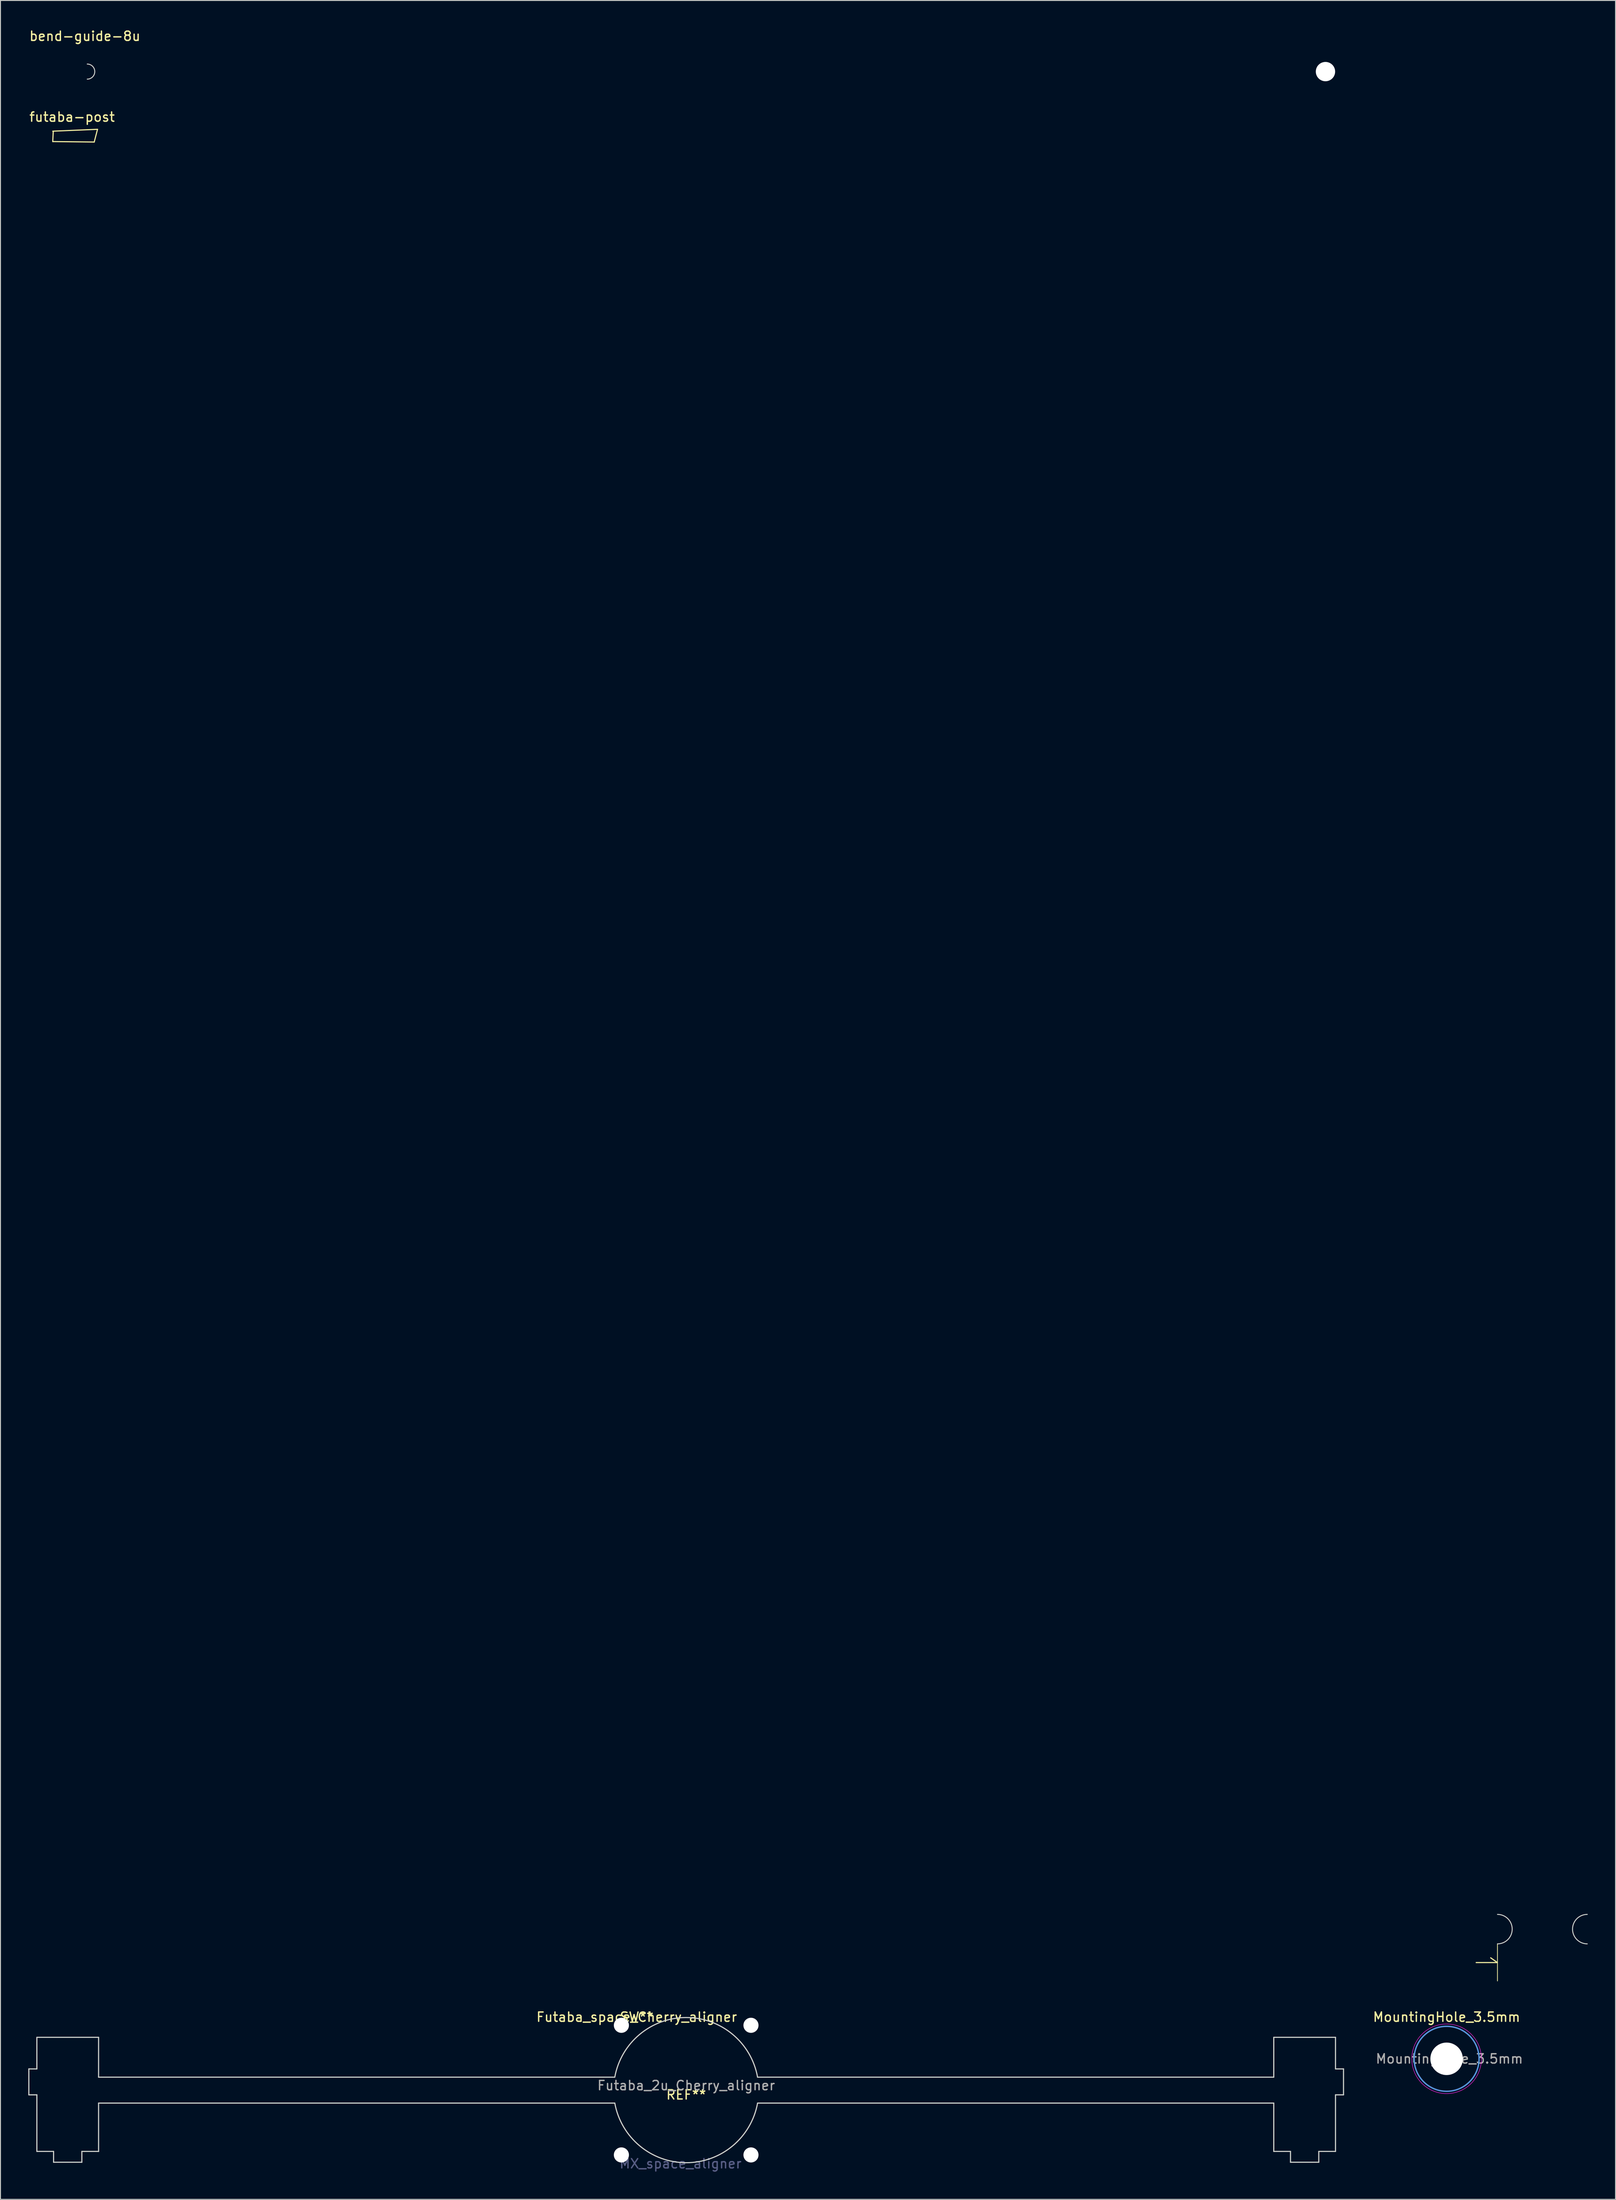
<source format=kicad_pcb>
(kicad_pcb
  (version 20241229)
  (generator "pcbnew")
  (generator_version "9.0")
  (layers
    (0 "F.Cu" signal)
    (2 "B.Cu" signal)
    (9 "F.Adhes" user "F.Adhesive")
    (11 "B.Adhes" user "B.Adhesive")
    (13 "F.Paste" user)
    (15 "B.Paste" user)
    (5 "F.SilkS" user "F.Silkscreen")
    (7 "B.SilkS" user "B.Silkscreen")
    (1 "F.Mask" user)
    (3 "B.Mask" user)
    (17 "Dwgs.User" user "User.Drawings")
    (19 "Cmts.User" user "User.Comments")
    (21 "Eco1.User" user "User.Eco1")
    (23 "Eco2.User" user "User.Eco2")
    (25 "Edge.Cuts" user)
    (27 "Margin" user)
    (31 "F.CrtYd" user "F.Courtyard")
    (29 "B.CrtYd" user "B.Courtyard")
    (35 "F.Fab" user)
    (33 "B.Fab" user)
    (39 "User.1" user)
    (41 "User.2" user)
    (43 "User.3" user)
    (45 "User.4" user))
  (footprint "Futaba_space_Cherry_aligner"
    (layer "F.Cu")
    (at 70.926 222.205)
    (property "Reference" "Futaba_space_Cherry_aligner" (at -5.334 -7.874 0) (layer "F.SilkS") (effects (font (size 1 1) (thickness 0.15))))
    (attr through_hole)
    (fp_line (start -70.866 -2.286) (end -70.002 -2.286) (stroke (width 0.12) (type solid)) (layer "Edge.Cuts"))
    (fp_line (start -70.866 0.508) (end -70.866 -2.286) (stroke (width 0.12) (type solid)) (layer "Edge.Cuts"))
    (fp_line (start -70.002 -5.69) (end -63.348 -5.69) (stroke (width 0.12) (type solid)) (layer "Edge.Cuts"))
    (fp_line (start -70.002 -2.286) (end -70.002 -5.69) (stroke (width 0.12) (type solid)) (layer "Edge.Cuts"))
    (fp_line (start -70.002 0.508) (end -70.866 0.508) (stroke (width 0.12) (type solid)) (layer "Edge.Cuts"))
    (fp_line (start -70.002 6.604) (end -70.002 0.508) (stroke (width 0.12) (type solid)) (layer "Edge.Cuts"))
    (fp_line (start -68.199 6.604) (end -70.002 6.604) (stroke (width 0.12) (type solid)) (layer "Edge.Cuts"))
    (fp_line (start -68.199 7.772) (end -68.199 6.604) (stroke (width 0.12) (type solid)) (layer "Edge.Cuts"))
    (fp_line (start -65.151 6.604) (end -65.151 7.772) (stroke (width 0.12) (type solid)) (layer "Edge.Cuts"))
    (fp_line (start -65.151 7.772) (end -68.199 7.772) (stroke (width 0.12) (type solid)) (layer "Edge.Cuts"))
    (fp_line (start -63.348 -5.69) (end -63.348 -1.397) (stroke (width 0.12) (type solid)) (layer "Edge.Cuts"))
    (fp_line (start -63.348 -1.397) (end -7.697 -1.397) (stroke (width 0.12) (type solid)) (layer "Edge.Cuts"))
    (fp_line (start -63.348 1.397) (end -63.348 6.604) (stroke (width 0.12) (type solid)) (layer "Edge.Cuts"))
    (fp_line (start -63.348 1.397) (end -7.697 1.397) (stroke (width 0.12) (type solid)) (layer "Edge.Cuts"))
    (fp_line (start -63.348 6.604) (end -65.151 6.604) (stroke (width 0.12) (type solid)) (layer "Edge.Cuts"))
    (fp_line (start 7.697 -1.397) (end 63.348 -1.397) (stroke (width 0.12) (type solid)) (layer "Edge.Cuts"))
    (fp_line (start 7.697 1.397) (end 63.348 1.397) (stroke (width 0.12) (type solid)) (layer "Edge.Cuts"))
    (fp_line (start 63.348 -5.69) (end 70.002 -5.69) (stroke (width 0.12) (type solid)) (layer "Edge.Cuts"))
    (fp_line (start 63.348 -1.397) (end 63.348 -5.69) (stroke (width 0.12) (type solid)) (layer "Edge.Cuts"))
    (fp_line (start 63.348 6.604) (end 63.348 1.397) (stroke (width 0.12) (type solid)) (layer "Edge.Cuts"))
    (fp_line (start 65.151 6.604) (end 63.348 6.604) (stroke (width 0.12) (type solid)) (layer "Edge.Cuts"))
    (fp_line (start 65.151 7.772) (end 65.151 6.604) (stroke (width 0.12) (type solid)) (layer "Edge.Cuts"))
    (fp_line (start 68.199 6.604) (end 68.199 7.772) (stroke (width 0.12) (type solid)) (layer "Edge.Cuts"))
    (fp_line (start 68.199 7.772) (end 65.151 7.772) (stroke (width 0.12) (type solid)) (layer "Edge.Cuts"))
    (fp_line (start 70.002 -5.69) (end 70.002 -2.286) (stroke (width 0.12) (type solid)) (layer "Edge.Cuts"))
    (fp_line (start 70.002 -2.286) (end 70.866 -2.286) (stroke (width 0.12) (type solid)) (layer "Edge.Cuts"))
    (fp_line (start 70.002 0.508) (end 70.002 6.604) (stroke (width 0.12) (type solid)) (layer "Edge.Cuts"))
    (fp_line (start 70.002 6.604) (end 68.199 6.604) (stroke (width 0.12) (type solid)) (layer "Edge.Cuts"))
    (fp_line (start 70.866 -2.286) (end 70.866 0.508) (stroke (width 0.12) (type solid)) (layer "Edge.Cuts"))
    (fp_line (start 70.866 0.508) (end 70.002 0.508) (stroke (width 0.12) (type solid)) (layer "Edge.Cuts"))
    (fp_arc (start -7.696575 -1.400526) (mid 0.001792 -7.822962) (end 7.697216 -1.397) (stroke (width 0.12) (type solid)) (layer "Edge.Cuts"))
    (fp_arc (start 7.696575 1.400526) (mid -0.001792 7.822962) (end -7.697216 1.397) (stroke (width 0.12) (type solid)) (layer "Edge.Cuts"))
    (fp_text user "SW**" (at -5.334 -7.874 0) (layer "F.SilkS") (effects (font (size 1 1) (thickness 0.15))))
    (fp_text user "REF**" (at 0 0.5 0) (layer "F.SilkS") (effects (font (size 1 1) (thickness 0.15))))
    (fp_text user "MX_space_aligner" (at -0.61 7.925 0) (layer "B.Fab") (effects (font (size 1 1) (thickness 0.15))))
    (fp_text user "Futaba_2u_Cherry_aligner" (at 0 -0.5 0) (layer "F.Fab") (effects (font (size 1 1) (thickness 0.15))))
    (pad "" np_thru_hole circle (at -6.985 -6.985) (size 1.626 1.626) (drill 1.626) (layers "*.Cu" "*.Mask"))
    (pad "" np_thru_hole circle (at -6.985 6.985) (size 1.626 1.626) (drill 1.626) (layers "*.Cu" "*.Mask"))
    (pad "" np_thru_hole circle (at 6.985 -6.985) (size 1.626 1.626) (drill 1.626) (layers "*.Cu" "*.Mask"))
    (pad "" np_thru_hole circle (at 6.985 6.985) (size 1.626 1.626) (drill 1.626) (layers "*.Cu" "*.Mask")))
  (footprint "MountingHole_3.5mm"
    (layer "F.Cu")
    (at 152.906 218.831)
    (property "Reference" "MountingHole_3.5mm" (at 0 -4.5 0) (layer "F.SilkS") (effects (font (size 1 1) (thickness 0.15))))
    (attr exclude_from_pos_files exclude_from_bom)
    (fp_circle (center 0 0) (end 3.5 0) (stroke (width 0.15) (type solid)) (fill no) (layer "Cmts.User"))
    (fp_circle (center 0 0) (end 3.75 0) (stroke (width 0.05) (type solid)) (fill no) (layer "F.CrtYd"))
    (fp_text user "${REFERENCE}" (at 0.3 0 0) (layer "F.Fab") (effects (font (size 1 1) (thickness 0.15))))
    (pad "" np_thru_hole circle (at 0 0) (size 3.5 3.5) (drill 3.5) (layers "*.Cu" "*.Mask")))
  (footprint "futaba-post"
    (layer "F.Cu")
    (at 4.72 9.056)
    (property "Reference" "futaba-post" (at 0 0.5 0) (layer "F.SilkS") (effects (font (size 1 1) (thickness 0.15))))
    (attr through_hole)
    (fp_line (start -2.083 3.15) (end 2.388 3.2) (stroke (width 0.12) (type solid)) (layer "F.SilkS"))
    (fp_line (start -2.032 2.083) (end -2.083 3.15) (stroke (width 0.12) (type solid)) (layer "F.SilkS"))
    (fp_line (start 2.388 3.2) (end 2.743 1.829) (stroke (width 0.12) (type solid)) (layer "F.SilkS"))
    (fp_line (start 2.743 1.829) (end -2.083 2.032) (stroke (width 0.12) (type solid)) (layer "F.SilkS"))
    (fp_line (start 152.938 198.89) (end 153.65 199.393) (stroke (width 0.12) (type solid)) (layer "F.SilkS"))
    (fp_line (start 153.65 199.403) (end 151.374 199.403) (stroke (width 0.12) (type solid)) (layer "F.SilkS"))
    (fp_line (start 153.67 201.387) (end 153.67 197.387) (stroke (width 0.08) (type solid)) (layer "F.SilkS"))
    (fp_arc (start 153.67036 194.21176) (mid 155.25786 195.79926) (end 153.67036 197.38676) (stroke (width 0.1016) (type solid)) (layer "Edge.Cuts"))
    (fp_arc (start 163.34994 197.38676) (mid 161.76244 195.79926) (end 163.34994 194.21176) (stroke (width 0.1016) (type solid)) (layer "Edge.Cuts")))
  (footprint "bend-guide-8u"
    (layer "F.Cu")
    (at 6.355 4.666)
    (property "Reference" "bend-guide-8u" (at -0.254 -3.818 0) (layer "F.SilkS") (effects (font (size 1 1) (thickness 0.15))))
    (attr through_hole)
    (fp_arc (start 0 -0.8128) (mid 0.8128 0) (end 0 0.8128) (stroke (width 0.1016) (type solid)) (layer "Edge.Cuts"))
    (pad "" np_thru_hole circle (at 133.492 0) (size 2.083 2.083) (drill 2.083) (layers "*.Cu" "*.Mask")))
  (gr_rect
    (start -3 -3)
    (end 171.121 233.978)
    (stroke (width 0.1) (type default))
    (fill no)
    (layer "Edge.Cuts")))
</source>
